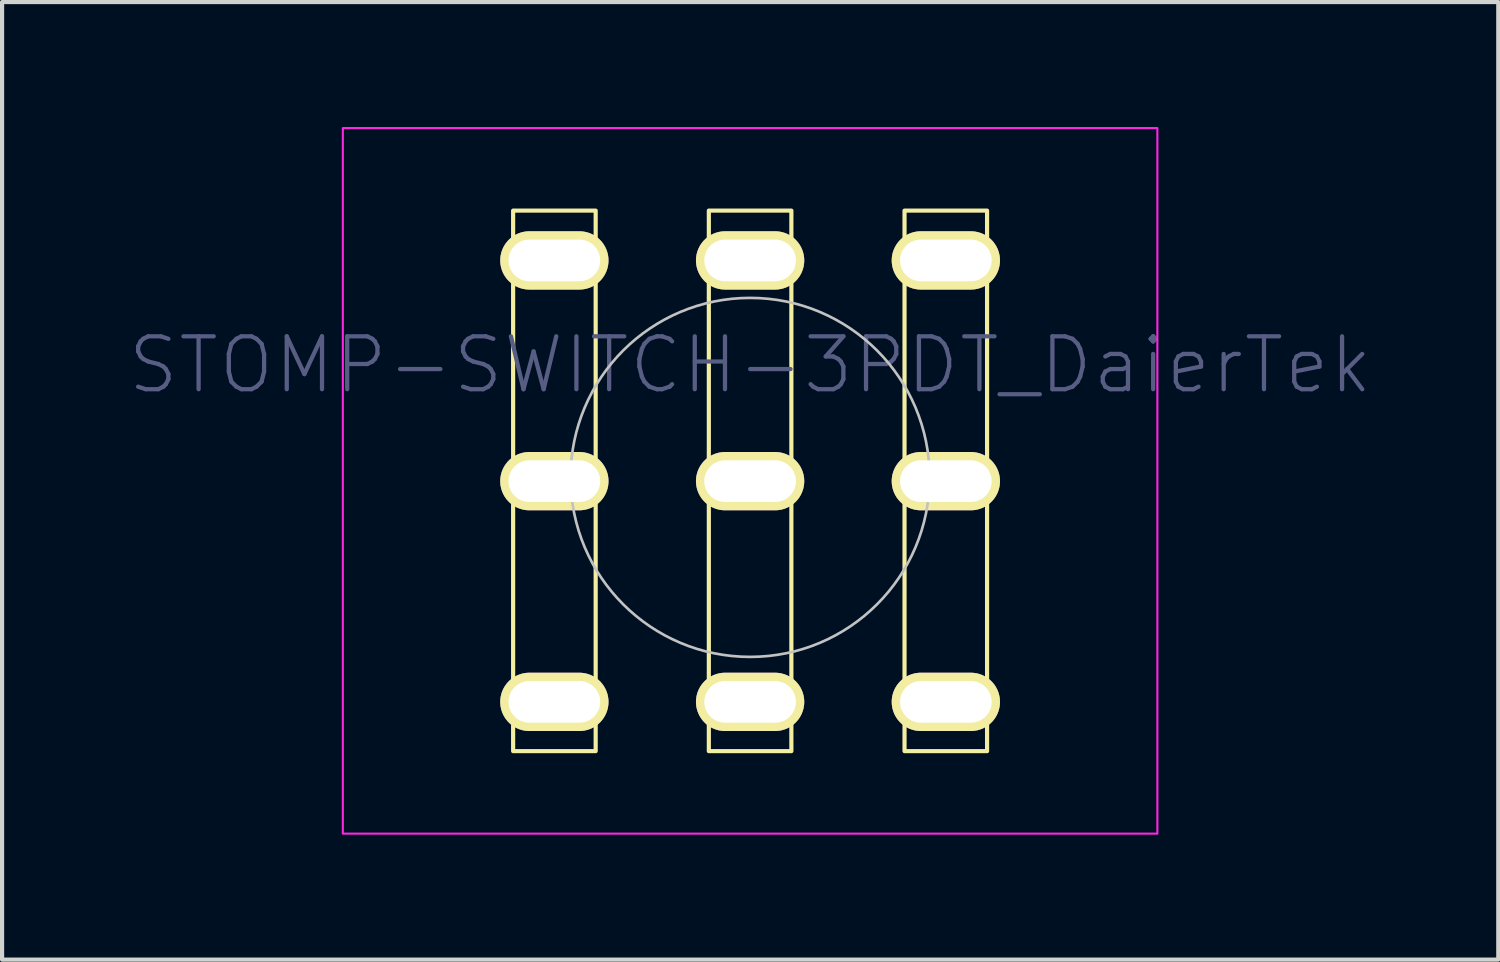
<source format=kicad_pcb>
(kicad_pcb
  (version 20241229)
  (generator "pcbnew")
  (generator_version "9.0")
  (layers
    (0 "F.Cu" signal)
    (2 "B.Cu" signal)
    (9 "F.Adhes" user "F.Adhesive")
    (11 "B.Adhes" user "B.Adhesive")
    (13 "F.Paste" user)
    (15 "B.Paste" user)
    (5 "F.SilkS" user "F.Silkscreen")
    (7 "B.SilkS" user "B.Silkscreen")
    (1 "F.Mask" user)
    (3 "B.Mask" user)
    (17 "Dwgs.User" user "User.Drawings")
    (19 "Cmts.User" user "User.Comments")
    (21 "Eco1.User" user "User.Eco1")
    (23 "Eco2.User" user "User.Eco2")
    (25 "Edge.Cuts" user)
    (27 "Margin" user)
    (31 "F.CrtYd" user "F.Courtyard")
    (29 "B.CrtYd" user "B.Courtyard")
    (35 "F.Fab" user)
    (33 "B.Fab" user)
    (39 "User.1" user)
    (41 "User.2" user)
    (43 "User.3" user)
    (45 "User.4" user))
  (footprint "STOMP-SWITCH-3PDT_DaierTek"
    (layer "F.Cu")
    (at 14.961 8.001)
    (property "Reference" "STOMP-SWITCH-3PDT_DaierTek" (at 0.002 -2.288 0) (layer "B.Fab") (effects (font (size 1.27 1.27) (thickness 0.102))))
    (attr exclude_from_pos_files)
    (fp_rect (start -5.69 -5.994) (end -3.708 6.985) (stroke (width 0.1) (type default)) (fill no) (layer "F.SilkS"))
    (fp_rect (start -0.991 -5.994) (end 0.991 6.985) (stroke (width 0.1) (type default)) (fill no) (layer "F.SilkS"))
    (fp_rect (start 3.708 -5.994) (end 5.69 6.985) (stroke (width 0.1) (type default)) (fill no) (layer "F.SilkS"))
    (fp_circle (center -0.00004 0.412) (end 4.31 0.412) (stroke (width 0.064) (type solid)) (fill no) (layer "Dwgs.User"))
    (fp_rect (start -9.779 -7.976) (end 9.779 8.966) (stroke (width 0.05) (type default)) (fill no) (layer "F.CrtYd"))
    (pad "1" thru_hole oval (at -4.7 -4.798) (size 2.6 1.4) (drill oval 2.2 1) (layers "*.Cu" "F.Mask" "F.SilkS" "F.Paste"))
    (pad "2" thru_hole oval (at -0.00004 -4.798) (size 2.6 1.4) (drill oval 2.2 1) (layers "*.Cu" "F.Mask" "F.SilkS" "F.Paste"))
    (pad "3" thru_hole oval (at 4.7 -4.798) (size 2.6 1.4) (drill oval 2.2 1) (layers "*.Cu" "F.Mask" "F.SilkS" "F.Paste"))
    (pad "4" thru_hole oval (at -4.7 0.502) (size 2.6 1.4) (drill oval 2.2 1) (layers "*.Cu" "F.Mask" "F.SilkS" "F.Paste"))
    (pad "5" thru_hole oval (at -0.00004 0.502) (size 2.6 1.4) (drill oval 2.2 1) (layers "*.Cu" "F.Mask" "F.SilkS" "F.Paste"))
    (pad "6" thru_hole oval (at 4.7 0.502) (size 2.6 1.4) (drill oval 2.2 1) (layers "*.Cu" "F.Mask" "F.SilkS" "F.Paste"))
    (pad "7" thru_hole oval (at -4.7 5.802) (size 2.6 1.4) (drill oval 2.2 1) (layers "*.Cu" "F.Mask" "F.SilkS" "F.Paste"))
    (pad "8" thru_hole oval (at -0.00004 5.802) (size 2.6 1.4) (drill oval 2.2 1) (layers "*.Cu" "F.Mask" "F.SilkS" "F.Paste"))
    (pad "9" thru_hole oval (at 4.7 5.802) (size 2.6 1.4) (drill oval 2.2 1) (layers "*.Cu" "F.Mask" "F.SilkS" "F.Paste")))
  (gr_rect
    (start -3 -3)
    (end 32.926 19.992)
    (stroke (width 0.1) (type default))
    (fill no)
    (layer "Edge.Cuts")))
</source>
